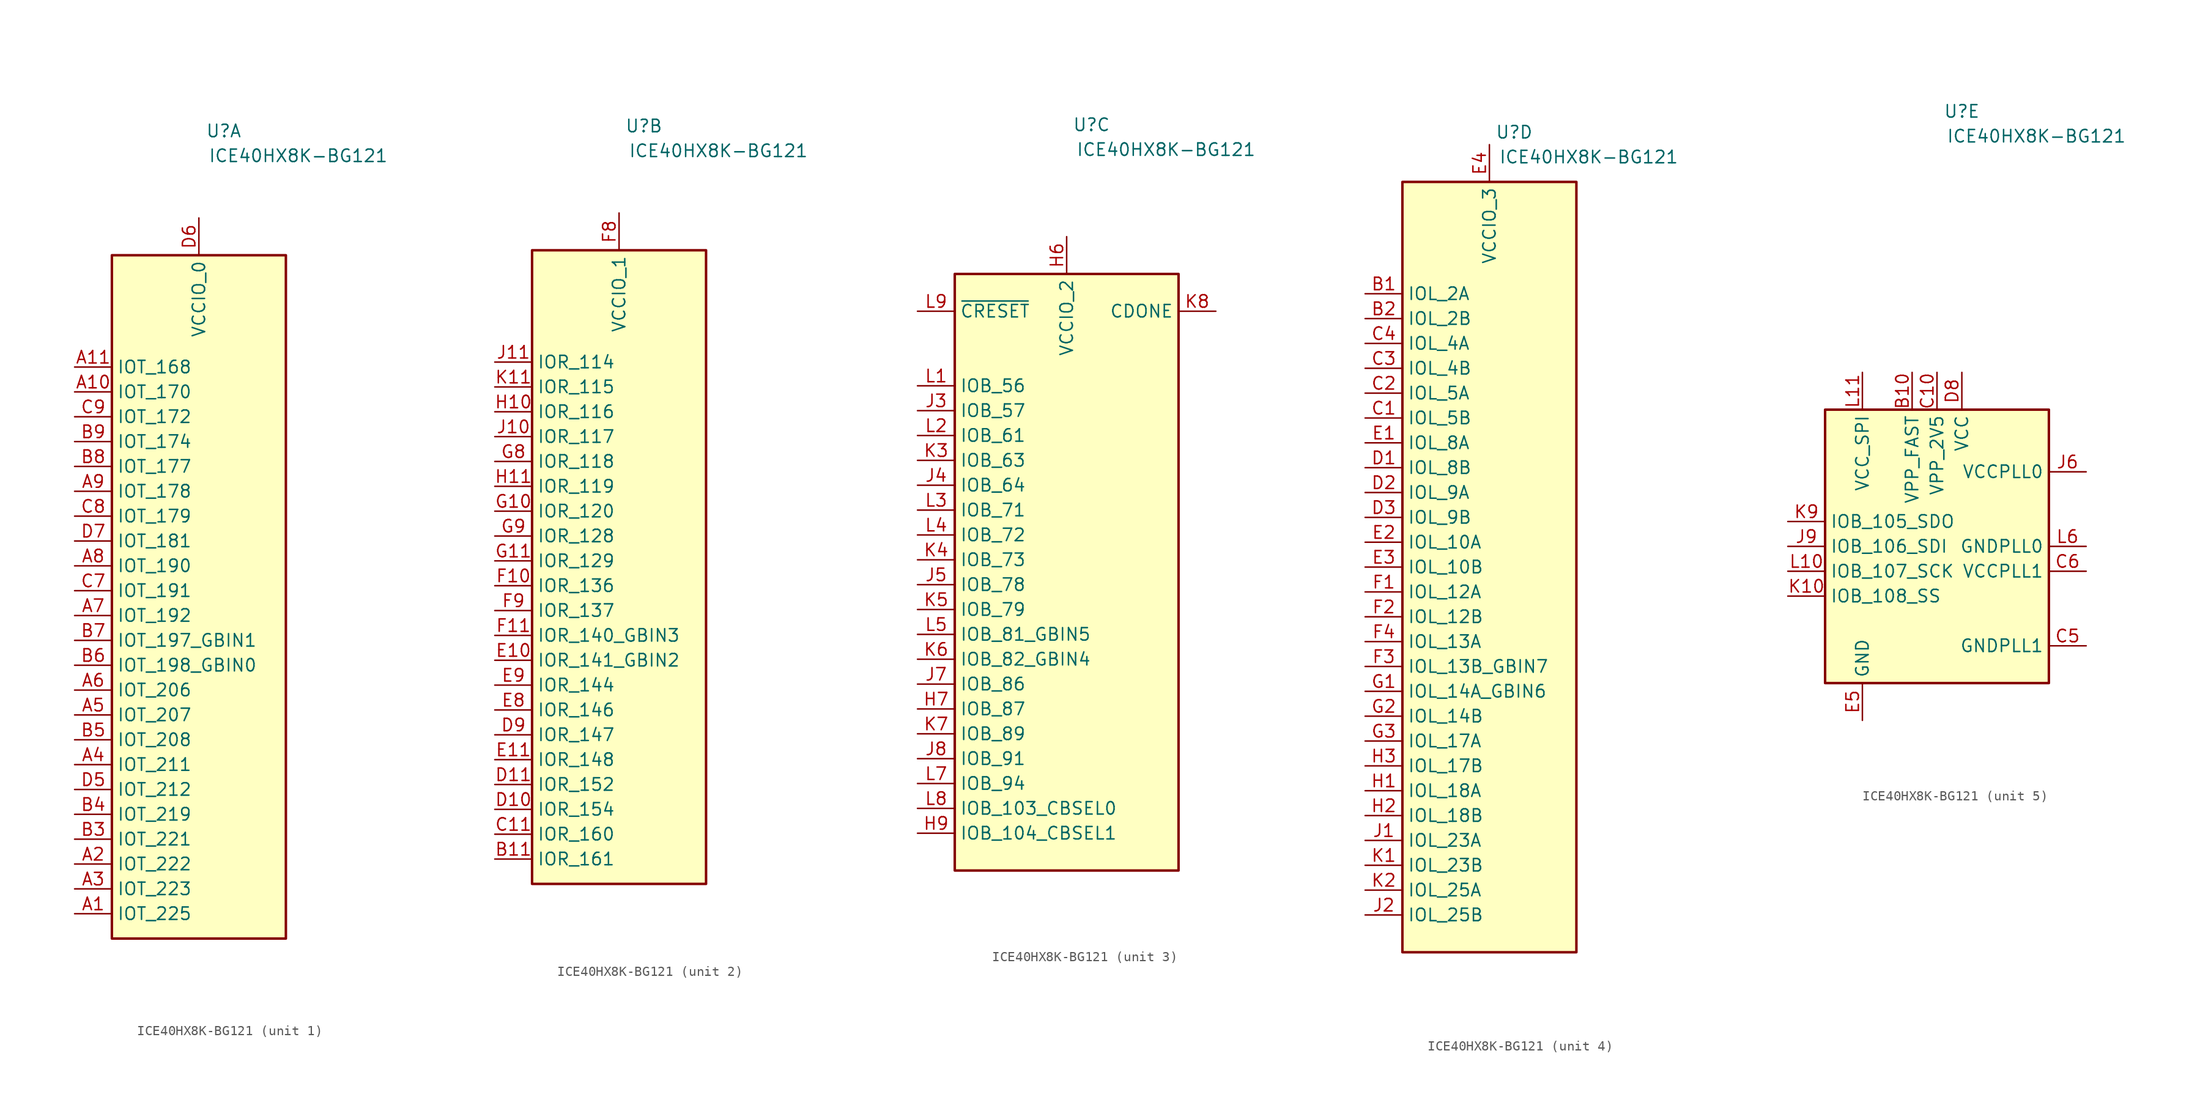
<source format=kicad_sym>
(kicad_symbol_lib
  (version 20201005)
  (generator kicad_symbol_editor)
  (symbol "ICE40HX8K-BG121"
    (property "Reference" "U"
      (at 2.54 44.45 0)
      (effects (font (size 1.27 1.27))))
    (property "Value" "ICE40HX8K-BG121"
      (at 10.16 41.91 0)
      (effects (font (size 1.27 1.27))))
    (property "ki_locked" ""
      (at 0 0 0)
      (effects (font (size 1.27 1.27))))
    (symbol "ICE40HX8K-BG121_1_1"
      (rectangle (start -8.89 31.75) (end 8.89 -38.1) (stroke (width 0.254)) (fill (type background)))
      (pin bidirectional line (at -12.7 -35.56 0) (length 3.81) (name "IOT_225" (effects (font (size 1.27 1.27)))) (number "A1" (effects (font (size 1.27 1.27)))))
      (pin bidirectional line (at -12.7 17.78 0) (length 3.81) (name "IOT_170" (effects (font (size 1.27 1.27)))) (number "A10" (effects (font (size 1.27 1.27)))))
      (pin bidirectional line (at -12.7 20.32 0) (length 3.81) (name "IOT_168" (effects (font (size 1.27 1.27)))) (number "A11" (effects (font (size 1.27 1.27)))))
      (pin bidirectional line (at -12.7 -30.48 0) (length 3.81) (name "IOT_222" (effects (font (size 1.27 1.27)))) (number "A2" (effects (font (size 1.27 1.27)))))
      (pin bidirectional line (at -12.7 -33.02 0) (length 3.81) (name "IOT_223" (effects (font (size 1.27 1.27)))) (number "A3" (effects (font (size 1.27 1.27)))))
      (pin bidirectional line (at -12.7 -20.32 0) (length 3.81) (name "IOT_211" (effects (font (size 1.27 1.27)))) (number "A4" (effects (font (size 1.27 1.27)))))
      (pin bidirectional line (at -12.7 -15.24 0) (length 3.81) (name "IOT_207" (effects (font (size 1.27 1.27)))) (number "A5" (effects (font (size 1.27 1.27)))))
      (pin bidirectional line (at -12.7 -12.7 0) (length 3.81) (name "IOT_206" (effects (font (size 1.27 1.27)))) (number "A6" (effects (font (size 1.27 1.27)))))
      (pin bidirectional line (at -12.7 -5.08 0) (length 3.81) (name "IOT_192" (effects (font (size 1.27 1.27)))) (number "A7" (effects (font (size 1.27 1.27)))))
      (pin bidirectional line (at -12.7 0 0) (length 3.81) (name "IOT_190" (effects (font (size 1.27 1.27)))) (number "A8" (effects (font (size 1.27 1.27)))))
      (pin bidirectional line (at -12.7 7.62 0) (length 3.81) (name "IOT_178" (effects (font (size 1.27 1.27)))) (number "A9" (effects (font (size 1.27 1.27)))))
      (pin bidirectional line (at -12.7 -27.94 0) (length 3.81) (name "IOT_221" (effects (font (size 1.27 1.27)))) (number "B3" (effects (font (size 1.27 1.27)))))
      (pin bidirectional line (at -12.7 -25.4 0) (length 3.81) (name "IOT_219" (effects (font (size 1.27 1.27)))) (number "B4" (effects (font (size 1.27 1.27)))))
      (pin bidirectional line (at -12.7 -17.78 0) (length 3.81) (name "IOT_208" (effects (font (size 1.27 1.27)))) (number "B5" (effects (font (size 1.27 1.27)))))
      (pin bidirectional line (at -12.7 -10.16 0) (length 3.81) (name "IOT_198_GBIN0" (effects (font (size 1.27 1.27)))) (number "B6" (effects (font (size 1.27 1.27)))))
      (pin bidirectional line (at -12.7 -7.62 0) (length 3.81) (name "IOT_197_GBIN1" (effects (font (size 1.27 1.27)))) (number "B7" (effects (font (size 1.27 1.27)))))
      (pin bidirectional line (at -12.7 10.16 0) (length 3.81) (name "IOT_177" (effects (font (size 1.27 1.27)))) (number "B8" (effects (font (size 1.27 1.27)))))
      (pin bidirectional line (at -12.7 12.7 0) (length 3.81) (name "IOT_174" (effects (font (size 1.27 1.27)))) (number "B9" (effects (font (size 1.27 1.27)))))
      (pin bidirectional line (at -12.7 -2.54 0) (length 3.81) (name "IOT_191" (effects (font (size 1.27 1.27)))) (number "C7" (effects (font (size 1.27 1.27)))))
      (pin bidirectional line (at -12.7 5.08 0) (length 3.81) (name "IOT_179" (effects (font (size 1.27 1.27)))) (number "C8" (effects (font (size 1.27 1.27)))))
      (pin bidirectional line (at -12.7 15.24 0) (length 3.81) (name "IOT_172" (effects (font (size 1.27 1.27)))) (number "C9" (effects (font (size 1.27 1.27)))))
      (pin bidirectional line (at -12.7 -22.86 0) (length 3.81) (name "IOT_212" (effects (font (size 1.27 1.27)))) (number "D5" (effects (font (size 1.27 1.27)))))
      (pin power_in line (at 0 35.56 270) (length 3.81) (name "VCCIO_0" (effects (font (size 1.27 1.27)))) (number "D6" (effects (font (size 1.27 1.27)))))
      (pin bidirectional line (at -12.7 2.54 0) (length 3.81) (name "IOT_181" (effects (font (size 1.27 1.27)))) (number "D7" (effects (font (size 1.27 1.27))))))
    (symbol "ICE40HX8K-BG121_2_1"
      (rectangle (start -8.89 31.75) (end 8.89 -33.02) (stroke (width 0.254)) (fill (type background)))
      (pin bidirectional line (at -12.7 -30.48 0) (length 3.81) (name "IOR_161" (effects (font (size 1.27 1.27)))) (number "B11" (effects (font (size 1.27 1.27)))))
      (pin bidirectional line (at -12.7 -27.94 0) (length 3.81) (name "IOR_160" (effects (font (size 1.27 1.27)))) (number "C11" (effects (font (size 1.27 1.27)))))
      (pin bidirectional line (at -12.7 -25.4 0) (length 3.81) (name "IOR_154" (effects (font (size 1.27 1.27)))) (number "D10" (effects (font (size 1.27 1.27)))))
      (pin bidirectional line (at -12.7 -22.86 0) (length 3.81) (name "IOR_152" (effects (font (size 1.27 1.27)))) (number "D11" (effects (font (size 1.27 1.27)))))
      (pin bidirectional line (at -12.7 -17.78 0) (length 3.81) (name "IOR_147" (effects (font (size 1.27 1.27)))) (number "D9" (effects (font (size 1.27 1.27)))))
      (pin bidirectional line (at -12.7 -10.16 0) (length 3.81) (name "IOR_141_GBIN2" (effects (font (size 1.27 1.27)))) (number "E10" (effects (font (size 1.27 1.27)))))
      (pin bidirectional line (at -12.7 -20.32 0) (length 3.81) (name "IOR_148" (effects (font (size 1.27 1.27)))) (number "E11" (effects (font (size 1.27 1.27)))))
      (pin bidirectional line (at -12.7 -15.24 0) (length 3.81) (name "IOR_146" (effects (font (size 1.27 1.27)))) (number "E8" (effects (font (size 1.27 1.27)))))
      (pin bidirectional line (at -12.7 -12.7 0) (length 3.81) (name "IOR_144" (effects (font (size 1.27 1.27)))) (number "E9" (effects (font (size 1.27 1.27)))))
      (pin bidirectional line (at -12.7 -2.54 0) (length 3.81) (name "IOR_136" (effects (font (size 1.27 1.27)))) (number "F10" (effects (font (size 1.27 1.27)))))
      (pin bidirectional line (at -12.7 -7.62 0) (length 3.81) (name "IOR_140_GBIN3" (effects (font (size 1.27 1.27)))) (number "F11" (effects (font (size 1.27 1.27)))))
      (pin power_in line (at 0 35.56 270) (length 3.81) (name "VCCIO_1" (effects (font (size 1.27 1.27)))) (number "F8" (effects (font (size 1.27 1.27)))))
      (pin bidirectional line (at -12.7 -5.08 0) (length 3.81) (name "IOR_137" (effects (font (size 1.27 1.27)))) (number "F9" (effects (font (size 1.27 1.27)))))
      (pin bidirectional line (at -12.7 5.08 0) (length 3.81) (name "IOR_120" (effects (font (size 1.27 1.27)))) (number "G10" (effects (font (size 1.27 1.27)))))
      (pin bidirectional line (at -12.7 0 0) (length 3.81) (name "IOR_129" (effects (font (size 1.27 1.27)))) (number "G11" (effects (font (size 1.27 1.27)))))
      (pin bidirectional line (at -12.7 10.16 0) (length 3.81) (name "IOR_118" (effects (font (size 1.27 1.27)))) (number "G8" (effects (font (size 1.27 1.27)))))
      (pin bidirectional line (at -12.7 2.54 0) (length 3.81) (name "IOR_128" (effects (font (size 1.27 1.27)))) (number "G9" (effects (font (size 1.27 1.27)))))
      (pin bidirectional line (at -12.7 15.24 0) (length 3.81) (name "IOR_116" (effects (font (size 1.27 1.27)))) (number "H10" (effects (font (size 1.27 1.27)))))
      (pin bidirectional line (at -12.7 7.62 0) (length 3.81) (name "IOR_119" (effects (font (size 1.27 1.27)))) (number "H11" (effects (font (size 1.27 1.27)))))
      (pin bidirectional line (at -12.7 12.7 0) (length 3.81) (name "IOR_117" (effects (font (size 1.27 1.27)))) (number "J10" (effects (font (size 1.27 1.27)))))
      (pin bidirectional line (at -12.7 20.32 0) (length 3.81) (name "IOR_114" (effects (font (size 1.27 1.27)))) (number "J11" (effects (font (size 1.27 1.27)))))
      (pin bidirectional line (at -12.7 17.78 0) (length 3.81) (name "IOR_115" (effects (font (size 1.27 1.27)))) (number "K11" (effects (font (size 1.27 1.27))))))
    (symbol "ICE40HX8K-BG121_3_1"
      (rectangle (start -11.43 29.21) (end 11.43 -31.75) (stroke (width 0.254)) (fill (type background)))
      (pin power_in line (at 0 33.02 270) (length 3.81) (name "VCCIO_2" (effects (font (size 1.27 1.27)))) (number "H6" (effects (font (size 1.27 1.27)))))
      (pin bidirectional line (at -15.24 -15.24 0) (length 3.81) (name "IOB_87" (effects (font (size 1.27 1.27)))) (number "H7" (effects (font (size 1.27 1.27)))))
      (pin bidirectional line (at -15.24 -27.94 0) (length 3.81) (name "IOB_104_CBSEL1" (effects (font (size 1.27 1.27)))) (number "H9" (effects (font (size 1.27 1.27)))))
      (pin bidirectional line (at -15.24 15.24 0) (length 3.81) (name "IOB_57" (effects (font (size 1.27 1.27)))) (number "J3" (effects (font (size 1.27 1.27)))))
      (pin bidirectional line (at -15.24 7.62 0) (length 3.81) (name "IOB_64" (effects (font (size 1.27 1.27)))) (number "J4" (effects (font (size 1.27 1.27)))))
      (pin bidirectional line (at -15.24 -2.54 0) (length 3.81) (name "IOB_78" (effects (font (size 1.27 1.27)))) (number "J5" (effects (font (size 1.27 1.27)))))
      (pin bidirectional line (at -15.24 -12.7 0) (length 3.81) (name "IOB_86" (effects (font (size 1.27 1.27)))) (number "J7" (effects (font (size 1.27 1.27)))))
      (pin bidirectional line (at -15.24 -20.32 0) (length 3.81) (name "IOB_91" (effects (font (size 1.27 1.27)))) (number "J8" (effects (font (size 1.27 1.27)))))
      (pin bidirectional line (at -15.24 10.16 0) (length 3.81) (name "IOB_63" (effects (font (size 1.27 1.27)))) (number "K3" (effects (font (size 1.27 1.27)))))
      (pin bidirectional line (at -15.24 0 0) (length 3.81) (name "IOB_73" (effects (font (size 1.27 1.27)))) (number "K4" (effects (font (size 1.27 1.27)))))
      (pin bidirectional line (at -15.24 -5.08 0) (length 3.81) (name "IOB_79" (effects (font (size 1.27 1.27)))) (number "K5" (effects (font (size 1.27 1.27)))))
      (pin bidirectional line (at -15.24 -10.16 0) (length 3.81) (name "IOB_82_GBIN4" (effects (font (size 1.27 1.27)))) (number "K6" (effects (font (size 1.27 1.27)))))
      (pin bidirectional line (at -15.24 -17.78 0) (length 3.81) (name "IOB_89" (effects (font (size 1.27 1.27)))) (number "K7" (effects (font (size 1.27 1.27)))))
      (pin open_collector line (at 15.24 25.4 180) (length 3.81) (name "CDONE" (effects (font (size 1.27 1.27)))) (number "K8" (effects (font (size 1.27 1.27)))))
      (pin bidirectional line (at -15.24 17.78 0) (length 3.81) (name "IOB_56" (effects (font (size 1.27 1.27)))) (number "L1" (effects (font (size 1.27 1.27)))))
      (pin bidirectional line (at -15.24 12.7 0) (length 3.81) (name "IOB_61" (effects (font (size 1.27 1.27)))) (number "L2" (effects (font (size 1.27 1.27)))))
      (pin bidirectional line (at -15.24 5.08 0) (length 3.81) (name "IOB_71" (effects (font (size 1.27 1.27)))) (number "L3" (effects (font (size 1.27 1.27)))))
      (pin bidirectional line (at -15.24 2.54 0) (length 3.81) (name "IOB_72" (effects (font (size 1.27 1.27)))) (number "L4" (effects (font (size 1.27 1.27)))))
      (pin bidirectional line (at -15.24 -7.62 0) (length 3.81) (name "IOB_81_GBIN5" (effects (font (size 1.27 1.27)))) (number "L5" (effects (font (size 1.27 1.27)))))
      (pin bidirectional line (at -15.24 -22.86 0) (length 3.81) (name "IOB_94" (effects (font (size 1.27 1.27)))) (number "L7" (effects (font (size 1.27 1.27)))))
      (pin bidirectional line (at -15.24 -25.4 0) (length 3.81) (name "IOB_103_CBSEL0" (effects (font (size 1.27 1.27)))) (number "L8" (effects (font (size 1.27 1.27)))))
      (pin input line (at -15.24 25.4 0) (length 3.81) (name "~CRESET" (effects (font (size 1.27 1.27)))) (number "L9" (effects (font (size 1.27 1.27))))))
    (symbol "ICE40HX8K-BG121_4_1"
      (rectangle (start -8.89 39.37) (end 8.89 -39.37) (stroke (width 0.254)) (fill (type background)))
      (pin bidirectional line (at -12.7 27.94 0) (length 3.81) (name "IOL_2A" (effects (font (size 1.27 1.27)))) (number "B1" (effects (font (size 1.27 1.27)))))
      (pin bidirectional line (at -12.7 25.4 0) (length 3.81) (name "IOL_2B" (effects (font (size 1.27 1.27)))) (number "B2" (effects (font (size 1.27 1.27)))))
      (pin bidirectional line (at -12.7 15.24 0) (length 3.81) (name "IOL_5B" (effects (font (size 1.27 1.27)))) (number "C1" (effects (font (size 1.27 1.27)))))
      (pin bidirectional line (at -12.7 17.78 0) (length 3.81) (name "IOL_5A" (effects (font (size 1.27 1.27)))) (number "C2" (effects (font (size 1.27 1.27)))))
      (pin bidirectional line (at -12.7 20.32 0) (length 3.81) (name "IOL_4B" (effects (font (size 1.27 1.27)))) (number "C3" (effects (font (size 1.27 1.27)))))
      (pin bidirectional line (at -12.7 22.86 0) (length 3.81) (name "IOL_4A" (effects (font (size 1.27 1.27)))) (number "C4" (effects (font (size 1.27 1.27)))))
      (pin bidirectional line (at -12.7 10.16 0) (length 3.81) (name "IOL_8B" (effects (font (size 1.27 1.27)))) (number "D1" (effects (font (size 1.27 1.27)))))
      (pin bidirectional line (at -12.7 7.62 0) (length 3.81) (name "IOL_9A" (effects (font (size 1.27 1.27)))) (number "D2" (effects (font (size 1.27 1.27)))))
      (pin bidirectional line (at -12.7 5.08 0) (length 3.81) (name "IOL_9B" (effects (font (size 1.27 1.27)))) (number "D3" (effects (font (size 1.27 1.27)))))
      (pin bidirectional line (at -12.7 12.7 0) (length 3.81) (name "IOL_8A" (effects (font (size 1.27 1.27)))) (number "E1" (effects (font (size 1.27 1.27)))))
      (pin bidirectional line (at -12.7 2.54 0) (length 3.81) (name "IOL_10A" (effects (font (size 1.27 1.27)))) (number "E2" (effects (font (size 1.27 1.27)))))
      (pin bidirectional line (at -12.7 0 0) (length 3.81) (name "IOL_10B" (effects (font (size 1.27 1.27)))) (number "E3" (effects (font (size 1.27 1.27)))))
      (pin power_in line (at 0 43.18 270) (length 3.81) (name "VCCIO_3" (effects (font (size 1.27 1.27)))) (number "E4" (effects (font (size 1.27 1.27)))))
      (pin bidirectional line (at -12.7 -2.54 0) (length 3.81) (name "IOL_12A" (effects (font (size 1.27 1.27)))) (number "F1" (effects (font (size 1.27 1.27)))))
      (pin bidirectional line (at -12.7 -5.08 0) (length 3.81) (name "IOL_12B" (effects (font (size 1.27 1.27)))) (number "F2" (effects (font (size 1.27 1.27)))))
      (pin bidirectional line (at -12.7 -10.16 0) (length 3.81) (name "IOL_13B_GBIN7" (effects (font (size 1.27 1.27)))) (number "F3" (effects (font (size 1.27 1.27)))))
      (pin bidirectional line (at -12.7 -7.62 0) (length 3.81) (name "IOL_13A" (effects (font (size 1.27 1.27)))) (number "F4" (effects (font (size 1.27 1.27)))))
      (pin bidirectional line (at -12.7 -12.7 0) (length 3.81) (name "IOL_14A_GBIN6" (effects (font (size 1.27 1.27)))) (number "G1" (effects (font (size 1.27 1.27)))))
      (pin bidirectional line (at -12.7 -15.24 0) (length 3.81) (name "IOL_14B" (effects (font (size 1.27 1.27)))) (number "G2" (effects (font (size 1.27 1.27)))))
      (pin bidirectional line (at -12.7 -17.78 0) (length 3.81) (name "IOL_17A" (effects (font (size 1.27 1.27)))) (number "G3" (effects (font (size 1.27 1.27)))))
      (pin passive line (at 0 43.18 270) (length 3.81) hide (name "VCCIO_3" (effects (font (size 1.27 1.27)))) (number "G4" (effects (font (size 1.27 1.27)))))
      (pin bidirectional line (at -12.7 -22.86 0) (length 3.81) (name "IOL_18A" (effects (font (size 1.27 1.27)))) (number "H1" (effects (font (size 1.27 1.27)))))
      (pin bidirectional line (at -12.7 -25.4 0) (length 3.81) (name "IOL_18B" (effects (font (size 1.27 1.27)))) (number "H2" (effects (font (size 1.27 1.27)))))
      (pin bidirectional line (at -12.7 -20.32 0) (length 3.81) (name "IOL_17B" (effects (font (size 1.27 1.27)))) (number "H3" (effects (font (size 1.27 1.27)))))
      (pin bidirectional line (at -12.7 -27.94 0) (length 3.81) (name "IOL_23A" (effects (font (size 1.27 1.27)))) (number "J1" (effects (font (size 1.27 1.27)))))
      (pin bidirectional line (at -12.7 -35.56 0) (length 3.81) (name "IOL_25B" (effects (font (size 1.27 1.27)))) (number "J2" (effects (font (size 1.27 1.27)))))
      (pin bidirectional line (at -12.7 -30.48 0) (length 3.81) (name "IOL_23B" (effects (font (size 1.27 1.27)))) (number "K1" (effects (font (size 1.27 1.27)))))
      (pin bidirectional line (at -12.7 -33.02 0) (length 3.81) (name "IOL_25A" (effects (font (size 1.27 1.27)))) (number "K2" (effects (font (size 1.27 1.27))))))
    (symbol "ICE40HX8K-BG121_5_1"
      (rectangle (start -11.43 13.97) (end 11.43 -13.97) (stroke (width 0.254)) (fill (type background)))
      (pin power_in line (at -2.54 17.78 270) (length 3.81) (name "VPP_FAST" (effects (font (size 1.27 1.27)))) (number "B10" (effects (font (size 1.27 1.27)))))
      (pin power_in line (at 0 17.78 270) (length 3.81) (name "VPP_2V5" (effects (font (size 1.27 1.27)))) (number "C10" (effects (font (size 1.27 1.27)))))
      (pin power_in line (at 15.24 -10.16 180) (length 3.81) (name "GNDPLL1" (effects (font (size 1.27 1.27)))) (number "C5" (effects (font (size 1.27 1.27)))))
      (pin power_in line (at 15.24 -2.54 180) (length 3.81) (name "VCCPLL1" (effects (font (size 1.27 1.27)))) (number "C6" (effects (font (size 1.27 1.27)))))
      (pin passive line (at 2.54 17.78 270) (length 3.81) hide (name "VCC" (effects (font (size 1.27 1.27)))) (number "D4" (effects (font (size 1.27 1.27)))))
      (pin power_in line (at 2.54 17.78 270) (length 3.81) (name "VCC" (effects (font (size 1.27 1.27)))) (number "D8" (effects (font (size 1.27 1.27)))))
      (pin power_in line (at -7.62 -17.78 90) (length 3.81) (name "GND" (effects (font (size 1.27 1.27)))) (number "E5" (effects (font (size 1.27 1.27)))))
      (pin passive line (at -7.62 -17.78 90) (length 3.81) hide (name "GND" (effects (font (size 1.27 1.27)))) (number "E6" (effects (font (size 1.27 1.27)))))
      (pin passive line (at -7.62 -17.78 90) (length 3.81) hide (name "GND" (effects (font (size 1.27 1.27)))) (number "E7" (effects (font (size 1.27 1.27)))))
      (pin passive line (at -7.62 -17.78 90) (length 3.81) hide (name "GND" (effects (font (size 1.27 1.27)))) (number "F5" (effects (font (size 1.27 1.27)))))
      (pin passive line (at -7.62 -17.78 90) (length 3.81) hide (name "GND" (effects (font (size 1.27 1.27)))) (number "F6" (effects (font (size 1.27 1.27)))))
      (pin passive line (at -7.62 -17.78 90) (length 3.81) hide (name "GND" (effects (font (size 1.27 1.27)))) (number "F7" (effects (font (size 1.27 1.27)))))
      (pin passive line (at -7.62 -17.78 90) (length 3.81) hide (name "GND" (effects (font (size 1.27 1.27)))) (number "G5" (effects (font (size 1.27 1.27)))))
      (pin passive line (at -7.62 -17.78 90) (length 3.81) hide (name "GND" (effects (font (size 1.27 1.27)))) (number "G6" (effects (font (size 1.27 1.27)))))
      (pin passive line (at -7.62 -17.78 90) (length 3.81) hide (name "GND" (effects (font (size 1.27 1.27)))) (number "G7" (effects (font (size 1.27 1.27)))))
      (pin passive line (at 2.54 17.78 270) (length 3.81) hide (name "VCC" (effects (font (size 1.27 1.27)))) (number "H4" (effects (font (size 1.27 1.27)))))
      (pin passive line (at -7.62 -17.78 90) (length 3.81) hide (name "GND" (effects (font (size 1.27 1.27)))) (number "H5" (effects (font (size 1.27 1.27)))))
      (pin passive line (at 2.54 17.78 270) (length 3.81) hide (name "VCC" (effects (font (size 1.27 1.27)))) (number "H8" (effects (font (size 1.27 1.27)))))
      (pin power_in line (at 15.24 7.62 180) (length 3.81) (name "VCCPLL0" (effects (font (size 1.27 1.27)))) (number "J6" (effects (font (size 1.27 1.27)))))
      (pin bidirectional line (at -15.24 0 0) (length 3.81) (name "IOB_106_SDI" (effects (font (size 1.27 1.27)))) (number "J9" (effects (font (size 1.27 1.27)))))
      (pin bidirectional line (at -15.24 -5.08 0) (length 3.81) (name "IOB_108_SS" (effects (font (size 1.27 1.27)))) (number "K10" (effects (font (size 1.27 1.27)))))
      (pin bidirectional line (at -15.24 2.54 0) (length 3.81) (name "IOB_105_SDO" (effects (font (size 1.27 1.27)))) (number "K9" (effects (font (size 1.27 1.27)))))
      (pin bidirectional line (at -15.24 -2.54 0) (length 3.81) (name "IOB_107_SCK" (effects (font (size 1.27 1.27)))) (number "L10" (effects (font (size 1.27 1.27)))))
      (pin power_in line (at -7.62 17.78 270) (length 3.81) (name "VCC_SPI" (effects (font (size 1.27 1.27)))) (number "L11" (effects (font (size 1.27 1.27)))))
      (pin power_in line (at 15.24 0 180) (length 3.81) (name "GNDPLL0" (effects (font (size 1.27 1.27)))) (number "L6" (effects (font (size 1.27 1.27))))))))
</source>
